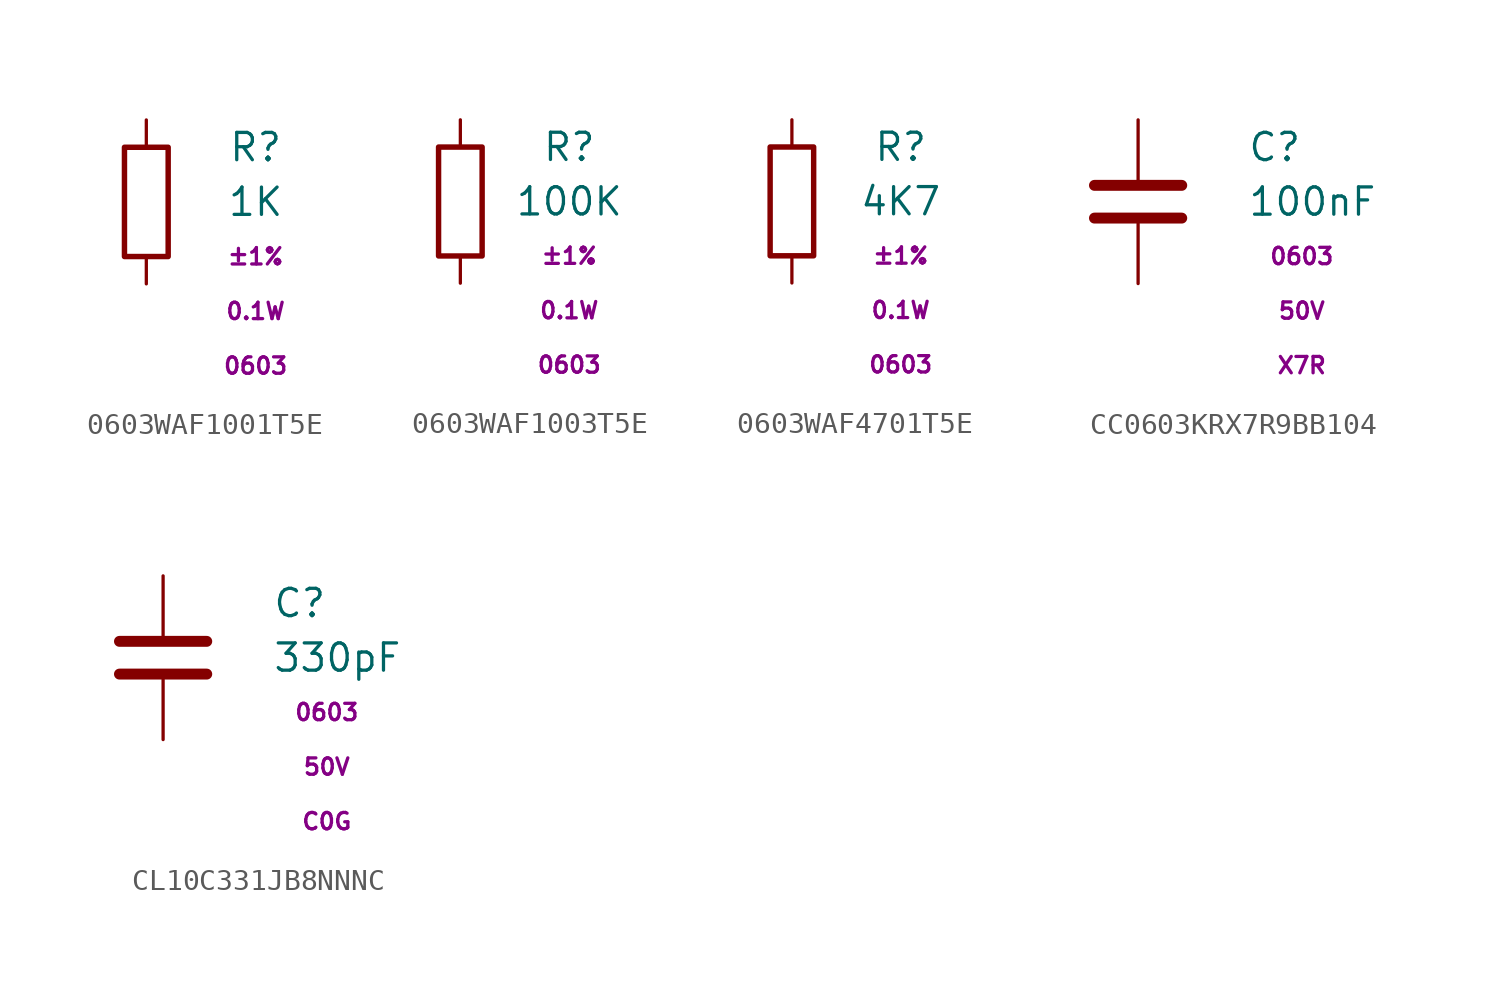
<source format=kicad_sym>
(kicad_symbol_lib
  (version 20220914)
  (generator kicad_symbol_editor)
  (symbol "0603WAF1001T5E"
    (pin_numbers hide)
    (pin_names
      (offset 0))
    (property "Reference" "R"
      (at 5.08 2.54 0)
      (effects (font (size 1.27 1.27))))
    (property "Value" "1K"
      (at 5.08 0 0)
      (effects (font (size 1.27 1.27))))
    (property "Tolerance" "±1%"
      (at 5.08 -2.54 0)
      (effects (font (size 0.762 0.762))))
    (property "Power" "0.1W"
      (at 5.08 -5.08 0)
      (effects (font (size 0.762 0.762))))
    (property "Package" "0603"
      (at 5.08 -7.62 0)
      (effects (font (size 0.762 0.762))))
    (symbol "0603WAF1001T5E_0_1"
      (rectangle (start -1.016 -2.54) (end 1.016 2.54) (stroke (width 0.254) (type default)) (fill (type none))))
    (symbol "0603WAF1001T5E_1_1"
      (pin passive line (at 0 3.81 270) (length 1.27) (name "~" (effects (font (size 1.27 1.27)))) (number "1" (effects (font (size 1.27 1.27)))))
      (pin passive line (at 0 -3.81 90) (length 1.27) (name "~" (effects (font (size 1.27 1.27)))) (number "2" (effects (font (size 1.27 1.27)))))))
  (symbol "0603WAF1003T5E"
    (pin_numbers hide)
    (pin_names
      (offset 0))
    (property "Reference" "R"
      (at 5.08 2.54 0)
      (effects (font (size 1.27 1.27))))
    (property "Value" "100K"
      (at 5.08 0 0)
      (effects (font (size 1.27 1.27))))
    (property "Tolerance" "±1%"
      (at 5.08 -2.54 0)
      (effects (font (size 0.762 0.762))))
    (property "Power" "0.1W"
      (at 5.08 -5.08 0)
      (effects (font (size 0.762 0.762))))
    (property "Package" "0603"
      (at 5.08 -7.62 0)
      (effects (font (size 0.762 0.762))))
    (symbol "0603WAF1003T5E_0_1"
      (rectangle (start -1.016 -2.54) (end 1.016 2.54) (stroke (width 0.254) (type default)) (fill (type none))))
    (symbol "0603WAF1003T5E_1_1"
      (pin passive line (at 0 3.81 270) (length 1.27) (name "~" (effects (font (size 1.27 1.27)))) (number "1" (effects (font (size 1.27 1.27)))))
      (pin passive line (at 0 -3.81 90) (length 1.27) (name "~" (effects (font (size 1.27 1.27)))) (number "2" (effects (font (size 1.27 1.27)))))))
  (symbol "0603WAF4701T5E"
    (pin_numbers hide)
    (pin_names
      (offset 0))
    (property "Reference" "R"
      (at 5.08 2.54 0)
      (effects (font (size 1.27 1.27))))
    (property "Value" "4K7"
      (at 5.08 0 0)
      (effects (font (size 1.27 1.27))))
    (property "Tolerance" "±1%"
      (at 5.08 -2.54 0)
      (effects (font (size 0.762 0.762))))
    (property "Power" "0.1W"
      (at 5.08 -5.08 0)
      (effects (font (size 0.762 0.762))))
    (property "Package" "0603"
      (at 5.08 -7.62 0)
      (effects (font (size 0.762 0.762))))
    (symbol "0603WAF4701T5E_0_1"
      (rectangle (start -1.016 -2.54) (end 1.016 2.54) (stroke (width 0.254) (type default)) (fill (type none))))
    (symbol "0603WAF4701T5E_1_1"
      (pin passive line (at 0 3.81 270) (length 1.27) (name "~" (effects (font (size 1.27 1.27)))) (number "1" (effects (font (size 1.27 1.27)))))
      (pin passive line (at 0 -3.81 90) (length 1.27) (name "~" (effects (font (size 1.27 1.27)))) (number "2" (effects (font (size 1.27 1.27)))))))
  (symbol "CC0603KRX7R9BB104"
    (pin_numbers hide)
    (pin_names
      (offset 0.254))
    (property "Reference" "C"
      (at 5.08 2.54 0)
      (effects (font (size 1.27 1.27)) (justify left)))
    (property "Value" "100nF"
      (at 5.08 0 0)
      (effects (font (size 1.27 1.27)) (justify left)))
    (property "Dielectric" "X7R"
      (at 7.62 -7.62 0)
      (effects (font (size 0.762 0.762))))
    (property "Voltage" "50V"
      (at 7.62 -5.08 0)
      (effects (font (size 0.762 0.762))))
    (property "Package" "0603"
      (at 7.62 -2.54 0)
      (effects (font (size 0.762 0.762))))
    (symbol "CC0603KRX7R9BB104_0_1"
      (polyline (pts (xy -2.032 -0.762) (xy 2.032 -0.762)) (stroke (width 0.508) (type default)) (fill (type none)))
      (polyline (pts (xy -2.032 0.762) (xy 2.032 0.762)) (stroke (width 0.508) (type default)) (fill (type none))))
    (symbol "CC0603KRX7R9BB104_1_1"
      (pin passive line (at 0 3.81 270) (length 2.794) (name "~" (effects (font (size 1.27 1.27)))) (number "1" (effects (font (size 1.27 1.27)))))
      (pin passive line (at 0 -3.81 90) (length 2.794) (name "~" (effects (font (size 1.27 1.27)))) (number "2" (effects (font (size 1.27 1.27)))))))
  (symbol "CL10C331JB8NNNC"
    (pin_numbers hide)
    (pin_names
      (offset 0.254))
    (property "Reference" "C"
      (at 5.08 2.54 0)
      (effects (font (size 1.27 1.27)) (justify left)))
    (property "Value" "330pF"
      (at 5.08 0 0)
      (effects (font (size 1.27 1.27)) (justify left)))
    (property "Dielectric" "C0G"
      (at 7.62 -7.62 0)
      (effects (font (size 0.762 0.762))))
    (property "Voltage" "50V"
      (at 7.62 -5.08 0)
      (effects (font (size 0.762 0.762))))
    (property "Package" "0603"
      (at 7.62 -2.54 0)
      (effects (font (size 0.762 0.762))))
    (symbol "CL10C331JB8NNNC_0_1"
      (polyline (pts (xy -2.032 -0.762) (xy 2.032 -0.762)) (stroke (width 0.508) (type default)) (fill (type none)))
      (polyline (pts (xy -2.032 0.762) (xy 2.032 0.762)) (stroke (width 0.508) (type default)) (fill (type none))))
    (symbol "CL10C331JB8NNNC_1_1"
      (pin passive line (at 0 3.81 270) (length 2.794) (name "~" (effects (font (size 1.27 1.27)))) (number "1" (effects (font (size 1.27 1.27)))))
      (pin passive line (at 0 -3.81 90) (length 2.794) (name "~" (effects (font (size 1.27 1.27)))) (number "2" (effects (font (size 1.27 1.27))))))))
</source>
